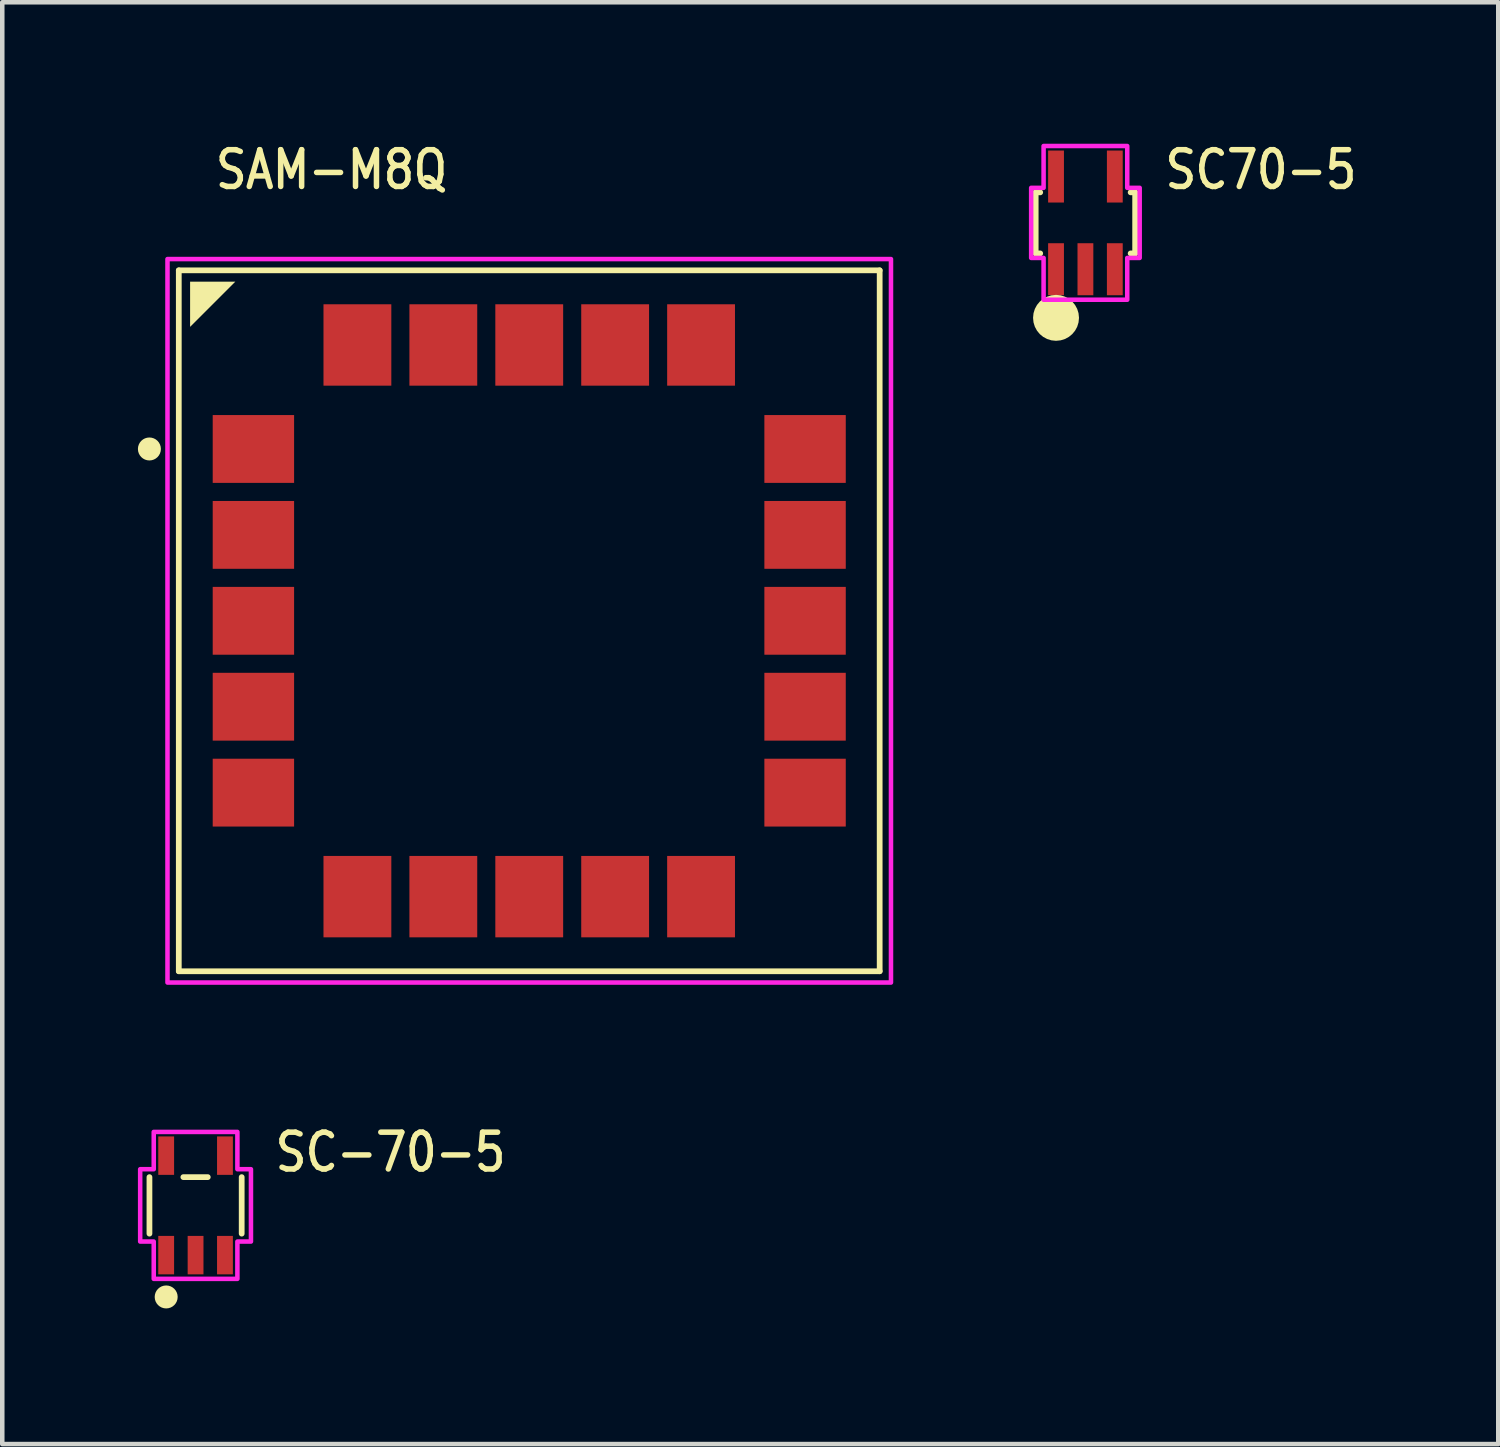
<source format=kicad_pcb>
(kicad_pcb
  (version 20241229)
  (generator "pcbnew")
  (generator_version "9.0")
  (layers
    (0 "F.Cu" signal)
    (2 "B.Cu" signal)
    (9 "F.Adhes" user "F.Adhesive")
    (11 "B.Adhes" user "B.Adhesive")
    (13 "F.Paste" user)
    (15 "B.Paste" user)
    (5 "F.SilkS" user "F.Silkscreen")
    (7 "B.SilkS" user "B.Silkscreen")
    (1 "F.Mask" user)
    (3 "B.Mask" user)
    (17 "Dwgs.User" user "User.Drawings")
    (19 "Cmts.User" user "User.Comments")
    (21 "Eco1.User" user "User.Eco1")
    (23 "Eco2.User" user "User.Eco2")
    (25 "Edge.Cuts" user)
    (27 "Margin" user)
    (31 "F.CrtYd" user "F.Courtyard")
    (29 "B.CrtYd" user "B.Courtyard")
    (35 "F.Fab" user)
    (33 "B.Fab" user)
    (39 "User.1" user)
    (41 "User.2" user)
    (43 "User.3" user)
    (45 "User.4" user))
  (footprint "SC70-5"
    (layer "F.Cu")
    (at 20.954 1.879)
    (property "Reference" "SC70-5" (at 1.7 -0.7 0) (unlocked yes) (layer "F.SilkS") (effects (font (size 0.813 0.695) (thickness 0.122)) (justify left bottom)))
    (fp_line (start -1.1 -0.675) (end -1.1 0.675) (stroke (width 0.127) (type solid)) (layer "F.SilkS"))
    (fp_line (start -1.1 -0.675) (end -1 -0.675) (stroke (width 0.127) (type solid)) (layer "F.SilkS"))
    (fp_line (start -1.1 0.675) (end -1 0.675) (stroke (width 0.127) (type solid)) (layer "F.SilkS"))
    (fp_line (start 1.1 -0.675) (end 1 -0.675) (stroke (width 0.127) (type solid)) (layer "F.SilkS"))
    (fp_line (start 1.1 -0.675) (end 1.1 0.675) (stroke (width 0.127) (type solid)) (layer "F.SilkS"))
    (fp_line (start 1.1 0.675) (end 1 0.675) (stroke (width 0.127) (type solid)) (layer "F.SilkS"))
    (fp_circle (center -0.65 2.1) (end -0.65 2.1) (stroke (width 0.508) (type solid)) (fill no) (layer "F.SilkS"))
    (fp_poly (pts (xy -0.925 -1.7) (xy 0.925 -1.7) (xy 0.925 -0.775) (xy 1.2 -0.775) (xy 1.2 0.775) (xy 0.925 0.775) (xy 0.925 1.7) (xy -0.925 1.7) (xy -0.925 0.775) (xy -1.2 0.775) (xy -1.2 -0.775) (xy -0.925 -0.775)) (stroke (width 0.1) (type solid)) (fill no) (layer "F.CrtYd"))
    (pad "1" smd rect (at -0.65 1.025) (size 0.35 1.15) (layers "F.Cu" "F.Mask" "F.Paste"))
    (pad "2" smd rect (at 0 1.025) (size 0.35 1.15) (layers "F.Cu" "F.Mask" "F.Paste"))
    (pad "3" smd rect (at 0.65 1.025) (size 0.35 1.15) (layers "F.Cu" "F.Mask" "F.Paste"))
    (pad "4" smd rect (at 0.65 -1.025) (size 0.35 1.15) (layers "F.Cu" "F.Mask" "F.Paste"))
    (pad "5" smd rect (at -0.65 -1.025) (size 0.35 1.15) (layers "F.Cu" "F.Mask" "F.Paste")))
  (footprint "SC-70-5"
    (layer "F.Cu")
    (at 1.275 23.607)
    (property "Reference" "SC-70-5" (at 1.7 -0.7 0) (unlocked yes) (layer "F.SilkS") (effects (font (size 0.813 0.695) (thickness 0.122)) (justify left bottom)))
    (fp_line (start -1.02 -0.625) (end -1.02 0.625) (stroke (width 0.127) (type solid)) (layer "F.SilkS"))
    (fp_line (start -0.27 -0.625) (end 0.27 -0.625) (stroke (width 0.127) (type solid)) (layer "F.SilkS"))
    (fp_line (start 1.02 -0.625) (end 1.02 0.625) (stroke (width 0.127) (type solid)) (layer "F.SilkS"))
    (fp_circle (center -0.65 2.025) (end -0.396 2.025) (stroke (width 0) (type solid)) (fill yes) (layer "F.SilkS"))
    (fp_poly (pts (xy -0.925 -1.625) (xy 0.925 -1.625) (xy 0.925 -0.8) (xy 1.225 -0.8) (xy 1.225 0.8) (xy 0.925 0.8) (xy 0.925 1.625) (xy -0.925 1.625) (xy -0.925 0.8) (xy -1.225 0.8) (xy -1.225 -0.8) (xy -0.925 -0.8)) (stroke (width 0.1) (type solid)) (fill no) (layer "F.CrtYd"))
    (pad "1" smd rect (at -0.65 1.1) (size 0.35 0.85) (layers "F.Cu" "F.Mask" "F.Paste"))
    (pad "2" smd rect (at 0 1.1) (size 0.35 0.85) (layers "F.Cu" "F.Mask" "F.Paste"))
    (pad "3" smd rect (at 0.65 1.1) (size 0.35 0.85) (layers "F.Cu" "F.Mask" "F.Paste"))
    (pad "4" smd rect (at 0.65 -1.1) (size 0.35 0.85) (layers "F.Cu" "F.Mask" "F.Paste"))
    (pad "5" smd rect (at -0.65 -1.1) (size 0.35 0.85) (layers "F.Cu" "F.Mask" "F.Paste")))
  (footprint "SAM-M8Q"
    (layer "F.Cu")
    (at 8.654 10.679)
    (property "Reference" "SAM-M8Q" (at -7 -9.5 0) (unlocked yes) (layer "F.SilkS") (effects (font (size 0.813 0.695) (thickness 0.122)) (justify left bottom)))
    (fp_line (start -7.75 -7.75) (end 7.75 -7.75) (stroke (width 0.127) (type solid)) (layer "F.SilkS"))
    (fp_line (start -7.75 7.75) (end -7.75 -7.75) (stroke (width 0.127) (type solid)) (layer "F.SilkS"))
    (fp_line (start 7.75 -7.75) (end 7.75 7.75) (stroke (width 0.127) (type solid)) (layer "F.SilkS"))
    (fp_line (start 7.75 7.75) (end -7.75 7.75) (stroke (width 0.127) (type solid)) (layer "F.SilkS"))
    (fp_circle (center -8.4 -3.8) (end -8.146 -3.8) (stroke (width 0) (type solid)) (fill yes) (layer "F.SilkS"))
    (fp_poly (pts (xy -7.5 -7.5) (xy -6.5 -7.5) (xy -7.5 -6.5)) (stroke (width 0) (type solid)) (fill yes) (layer "F.SilkS"))
    (fp_rect (start -6.96 -4.52) (end -6.24 -3.935) (stroke (width 0) (type solid)) (fill yes) (layer "F.Paste"))
    (fp_rect (start -6.96 -3.665) (end -6.24 -3.08) (stroke (width 0) (type solid)) (fill yes) (layer "F.Paste"))
    (fp_rect (start -6.96 -2.62) (end -6.24 -2.035) (stroke (width 0) (type solid)) (fill yes) (layer "F.Paste"))
    (fp_rect (start -6.96 -1.765) (end -6.24 -1.18) (stroke (width 0) (type solid)) (fill yes) (layer "F.Paste"))
    (fp_rect (start -6.96 -0.72) (end -6.24 -0.135) (stroke (width 0) (type solid)) (fill yes) (layer "F.Paste"))
    (fp_rect (start -6.96 0.135) (end -6.24 0.72) (stroke (width 0) (type solid)) (fill yes) (layer "F.Paste"))
    (fp_rect (start -6.96 1.18) (end -6.24 1.765) (stroke (width 0) (type solid)) (fill yes) (layer "F.Paste"))
    (fp_rect (start -6.96 2.035) (end -6.24 2.62) (stroke (width 0) (type solid)) (fill yes) (layer "F.Paste"))
    (fp_rect (start -6.96 3.08) (end -6.24 3.665) (stroke (width 0) (type solid)) (fill yes) (layer "F.Paste"))
    (fp_rect (start -6.96 3.935) (end -6.24 4.52) (stroke (width 0) (type solid)) (fill yes) (layer "F.Paste"))
    (fp_rect (start -5.96 -4.52) (end -5.24 -3.935) (stroke (width 0) (type solid)) (fill yes) (layer "F.Paste"))
    (fp_rect (start -5.96 -3.665) (end -5.24 -3.08) (stroke (width 0) (type solid)) (fill yes) (layer "F.Paste"))
    (fp_rect (start -5.96 -2.62) (end -5.24 -2.035) (stroke (width 0) (type solid)) (fill yes) (layer "F.Paste"))
    (fp_rect (start -5.96 -1.765) (end -5.24 -1.18) (stroke (width 0) (type solid)) (fill yes) (layer "F.Paste"))
    (fp_rect (start -5.96 -0.72) (end -5.24 -0.135) (stroke (width 0) (type solid)) (fill yes) (layer "F.Paste"))
    (fp_rect (start -5.96 0.135) (end -5.24 0.72) (stroke (width 0) (type solid)) (fill yes) (layer "F.Paste"))
    (fp_rect (start -5.96 1.18) (end -5.24 1.765) (stroke (width 0) (type solid)) (fill yes) (layer "F.Paste"))
    (fp_rect (start -5.96 2.035) (end -5.24 2.62) (stroke (width 0) (type solid)) (fill yes) (layer "F.Paste"))
    (fp_rect (start -5.96 3.08) (end -5.24 3.665) (stroke (width 0) (type solid)) (fill yes) (layer "F.Paste"))
    (fp_rect (start -5.96 3.935) (end -5.24 4.52) (stroke (width 0) (type solid)) (fill yes) (layer "F.Paste"))
    (fp_rect (start -4.52 -6.24) (end -3.935 -6.96) (stroke (width 0) (type solid)) (fill yes) (layer "F.Paste"))
    (fp_rect (start -4.52 -5.24) (end -3.935 -5.96) (stroke (width 0) (type solid)) (fill yes) (layer "F.Paste"))
    (fp_rect (start -4.52 5.96) (end -3.935 5.24) (stroke (width 0) (type solid)) (fill yes) (layer "F.Paste"))
    (fp_rect (start -4.52 6.96) (end -3.935 6.24) (stroke (width 0) (type solid)) (fill yes) (layer "F.Paste"))
    (fp_rect (start -3.665 -6.24) (end -3.08 -6.96) (stroke (width 0) (type solid)) (fill yes) (layer "F.Paste"))
    (fp_rect (start -3.665 -5.24) (end -3.08 -5.96) (stroke (width 0) (type solid)) (fill yes) (layer "F.Paste"))
    (fp_rect (start -3.665 5.96) (end -3.08 5.24) (stroke (width 0) (type solid)) (fill yes) (layer "F.Paste"))
    (fp_rect (start -3.665 6.96) (end -3.08 6.24) (stroke (width 0) (type solid)) (fill yes) (layer "F.Paste"))
    (fp_rect (start -2.62 -6.24) (end -2.035 -6.96) (stroke (width 0) (type solid)) (fill yes) (layer "F.Paste"))
    (fp_rect (start -2.62 -5.24) (end -2.035 -5.96) (stroke (width 0) (type solid)) (fill yes) (layer "F.Paste"))
    (fp_rect (start -2.62 5.96) (end -2.035 5.24) (stroke (width 0) (type solid)) (fill yes) (layer "F.Paste"))
    (fp_rect (start -2.62 6.96) (end -2.035 6.24) (stroke (width 0) (type solid)) (fill yes) (layer "F.Paste"))
    (fp_rect (start -1.765 -6.24) (end -1.18 -6.96) (stroke (width 0) (type solid)) (fill yes) (layer "F.Paste"))
    (fp_rect (start -1.765 -5.24) (end -1.18 -5.96) (stroke (width 0) (type solid)) (fill yes) (layer "F.Paste"))
    (fp_rect (start -1.765 5.96) (end -1.18 5.24) (stroke (width 0) (type solid)) (fill yes) (layer "F.Paste"))
    (fp_rect (start -1.765 6.96) (end -1.18 6.24) (stroke (width 0) (type solid)) (fill yes) (layer "F.Paste"))
    (fp_rect (start -0.72 -6.24) (end -0.135 -6.96) (stroke (width 0) (type solid)) (fill yes) (layer "F.Paste"))
    (fp_rect (start -0.72 -5.24) (end -0.135 -5.96) (stroke (width 0) (type solid)) (fill yes) (layer "F.Paste"))
    (fp_rect (start -0.72 5.96) (end -0.135 5.24) (stroke (width 0) (type solid)) (fill yes) (layer "F.Paste"))
    (fp_rect (start -0.72 6.96) (end -0.135 6.24) (stroke (width 0) (type solid)) (fill yes) (layer "F.Paste"))
    (fp_rect (start 0.135 -6.24) (end 0.72 -6.96) (stroke (width 0) (type solid)) (fill yes) (layer "F.Paste"))
    (fp_rect (start 0.135 -5.24) (end 0.72 -5.96) (stroke (width 0) (type solid)) (fill yes) (layer "F.Paste"))
    (fp_rect (start 0.135 5.96) (end 0.72 5.24) (stroke (width 0) (type solid)) (fill yes) (layer "F.Paste"))
    (fp_rect (start 0.135 6.96) (end 0.72 6.24) (stroke (width 0) (type solid)) (fill yes) (layer "F.Paste"))
    (fp_rect (start 1.18 -6.24) (end 1.765 -6.96) (stroke (width 0) (type solid)) (fill yes) (layer "F.Paste"))
    (fp_rect (start 1.18 -5.24) (end 1.765 -5.96) (stroke (width 0) (type solid)) (fill yes) (layer "F.Paste"))
    (fp_rect (start 1.18 5.96) (end 1.765 5.24) (stroke (width 0) (type solid)) (fill yes) (layer "F.Paste"))
    (fp_rect (start 1.18 6.96) (end 1.765 6.24) (stroke (width 0) (type solid)) (fill yes) (layer "F.Paste"))
    (fp_rect (start 2.035 -6.24) (end 2.62 -6.96) (stroke (width 0) (type solid)) (fill yes) (layer "F.Paste"))
    (fp_rect (start 2.035 -5.24) (end 2.62 -5.96) (stroke (width 0) (type solid)) (fill yes) (layer "F.Paste"))
    (fp_rect (start 2.035 5.96) (end 2.62 5.24) (stroke (width 0) (type solid)) (fill yes) (layer "F.Paste"))
    (fp_rect (start 2.035 6.96) (end 2.62 6.24) (stroke (width 0) (type solid)) (fill yes) (layer "F.Paste"))
    (fp_rect (start 3.08 -6.24) (end 3.665 -6.96) (stroke (width 0) (type solid)) (fill yes) (layer "F.Paste"))
    (fp_rect (start 3.08 -5.24) (end 3.665 -5.96) (stroke (width 0) (type solid)) (fill yes) (layer "F.Paste"))
    (fp_rect (start 3.08 5.96) (end 3.665 5.24) (stroke (width 0) (type solid)) (fill yes) (layer "F.Paste"))
    (fp_rect (start 3.08 6.96) (end 3.665 6.24) (stroke (width 0) (type solid)) (fill yes) (layer "F.Paste"))
    (fp_rect (start 3.935 -6.24) (end 4.52 -6.96) (stroke (width 0) (type solid)) (fill yes) (layer "F.Paste"))
    (fp_rect (start 3.935 -5.24) (end 4.52 -5.96) (stroke (width 0) (type solid)) (fill yes) (layer "F.Paste"))
    (fp_rect (start 3.935 5.96) (end 4.52 5.24) (stroke (width 0) (type solid)) (fill yes) (layer "F.Paste"))
    (fp_rect (start 3.935 6.96) (end 4.52 6.24) (stroke (width 0) (type solid)) (fill yes) (layer "F.Paste"))
    (fp_rect (start 5.24 -4.52) (end 5.96 -3.935) (stroke (width 0) (type solid)) (fill yes) (layer "F.Paste"))
    (fp_rect (start 5.24 -3.665) (end 5.96 -3.08) (stroke (width 0) (type solid)) (fill yes) (layer "F.Paste"))
    (fp_rect (start 5.24 -2.62) (end 5.96 -2.035) (stroke (width 0) (type solid)) (fill yes) (layer "F.Paste"))
    (fp_rect (start 5.24 -1.765) (end 5.96 -1.18) (stroke (width 0) (type solid)) (fill yes) (layer "F.Paste"))
    (fp_rect (start 5.24 -0.72) (end 5.96 -0.135) (stroke (width 0) (type solid)) (fill yes) (layer "F.Paste"))
    (fp_rect (start 5.24 0.135) (end 5.96 0.72) (stroke (width 0) (type solid)) (fill yes) (layer "F.Paste"))
    (fp_rect (start 5.24 1.18) (end 5.96 1.765) (stroke (width 0) (type solid)) (fill yes) (layer "F.Paste"))
    (fp_rect (start 5.24 2.035) (end 5.96 2.62) (stroke (width 0) (type solid)) (fill yes) (layer "F.Paste"))
    (fp_rect (start 5.24 3.08) (end 5.96 3.665) (stroke (width 0) (type solid)) (fill yes) (layer "F.Paste"))
    (fp_rect (start 5.24 3.935) (end 5.96 4.52) (stroke (width 0) (type solid)) (fill yes) (layer "F.Paste"))
    (fp_rect (start 6.24 -4.52) (end 6.96 -3.935) (stroke (width 0) (type solid)) (fill yes) (layer "F.Paste"))
    (fp_rect (start 6.24 -3.665) (end 6.96 -3.08) (stroke (width 0) (type solid)) (fill yes) (layer "F.Paste"))
    (fp_rect (start 6.24 -2.62) (end 6.96 -2.035) (stroke (width 0) (type solid)) (fill yes) (layer "F.Paste"))
    (fp_rect (start 6.24 -1.765) (end 6.96 -1.18) (stroke (width 0) (type solid)) (fill yes) (layer "F.Paste"))
    (fp_rect (start 6.24 -0.72) (end 6.96 -0.135) (stroke (width 0) (type solid)) (fill yes) (layer "F.Paste"))
    (fp_rect (start 6.24 0.135) (end 6.96 0.72) (stroke (width 0) (type solid)) (fill yes) (layer "F.Paste"))
    (fp_rect (start 6.24 1.18) (end 6.96 1.765) (stroke (width 0) (type solid)) (fill yes) (layer "F.Paste"))
    (fp_rect (start 6.24 2.035) (end 6.96 2.62) (stroke (width 0) (type solid)) (fill yes) (layer "F.Paste"))
    (fp_rect (start 6.24 3.08) (end 6.96 3.665) (stroke (width 0) (type solid)) (fill yes) (layer "F.Paste"))
    (fp_rect (start 6.24 3.935) (end 6.96 4.52) (stroke (width 0) (type solid)) (fill yes) (layer "F.Paste"))
    (fp_poly (pts (xy -8 -8) (xy 8 -8) (xy 8 8) (xy -8 8)) (stroke (width 0.1) (type solid)) (fill no) (layer "F.CrtYd"))
    (pad "1" smd rect (at -6.1 -3.8) (size 1.8 1.5) (layers "F.Cu" "F.Mask"))
    (pad "2" smd rect (at -6.1 -1.9) (size 1.8 1.5) (layers "F.Cu" "F.Mask"))
    (pad "3" smd rect (at -6.1 0) (size 1.8 1.5) (layers "F.Cu" "F.Mask"))
    (pad "4" smd rect (at -6.1 1.9) (size 1.8 1.5) (layers "F.Cu" "F.Mask"))
    (pad "5" smd rect (at -6.1 3.8) (size 1.8 1.5) (layers "F.Cu" "F.Mask"))
    (pad "6" smd rect (at -3.8 6.1) (size 1.5 1.8) (layers "F.Cu" "F.Mask"))
    (pad "7" smd rect (at -1.9 6.1) (size 1.5 1.8) (layers "F.Cu" "F.Mask"))
    (pad "8" smd rect (at 0 6.1) (size 1.5 1.8) (layers "F.Cu" "F.Mask"))
    (pad "9" smd rect (at 1.9 6.1) (size 1.5 1.8) (layers "F.Cu" "F.Mask"))
    (pad "10" smd rect (at 3.8 6.1) (size 1.5 1.8) (layers "F.Cu" "F.Mask"))
    (pad "11" smd rect (at 6.1 3.8) (size 1.8 1.5) (layers "F.Cu" "F.Mask"))
    (pad "12" smd rect (at 6.1 1.9) (size 1.8 1.5) (layers "F.Cu" "F.Mask"))
    (pad "13" smd rect (at 6.1 0) (size 1.8 1.5) (layers "F.Cu" "F.Mask"))
    (pad "14" smd rect (at 6.1 -1.9) (size 1.8 1.5) (layers "F.Cu" "F.Mask"))
    (pad "15" smd rect (at 6.1 -3.8) (size 1.8 1.5) (layers "F.Cu" "F.Mask"))
    (pad "16" smd rect (at 3.8 -6.1) (size 1.5 1.8) (layers "F.Cu" "F.Mask"))
    (pad "17" smd rect (at 1.9 -6.1) (size 1.5 1.8) (layers "F.Cu" "F.Mask"))
    (pad "18" smd rect (at 0 -6.1) (size 1.5 1.8) (layers "F.Cu" "F.Mask"))
    (pad "19" smd rect (at -1.9 -6.1) (size 1.5 1.8) (layers "F.Cu" "F.Mask"))
    (pad "20" smd rect (at -3.8 -6.1) (size 1.5 1.8) (layers "F.Cu" "F.Mask")))
  (gr_rect
    (start -3 -3)
    (end 30.084 28.886)
    (stroke (width 0.1) (type default))
    (fill no)
    (layer "Edge.Cuts")))
</source>
